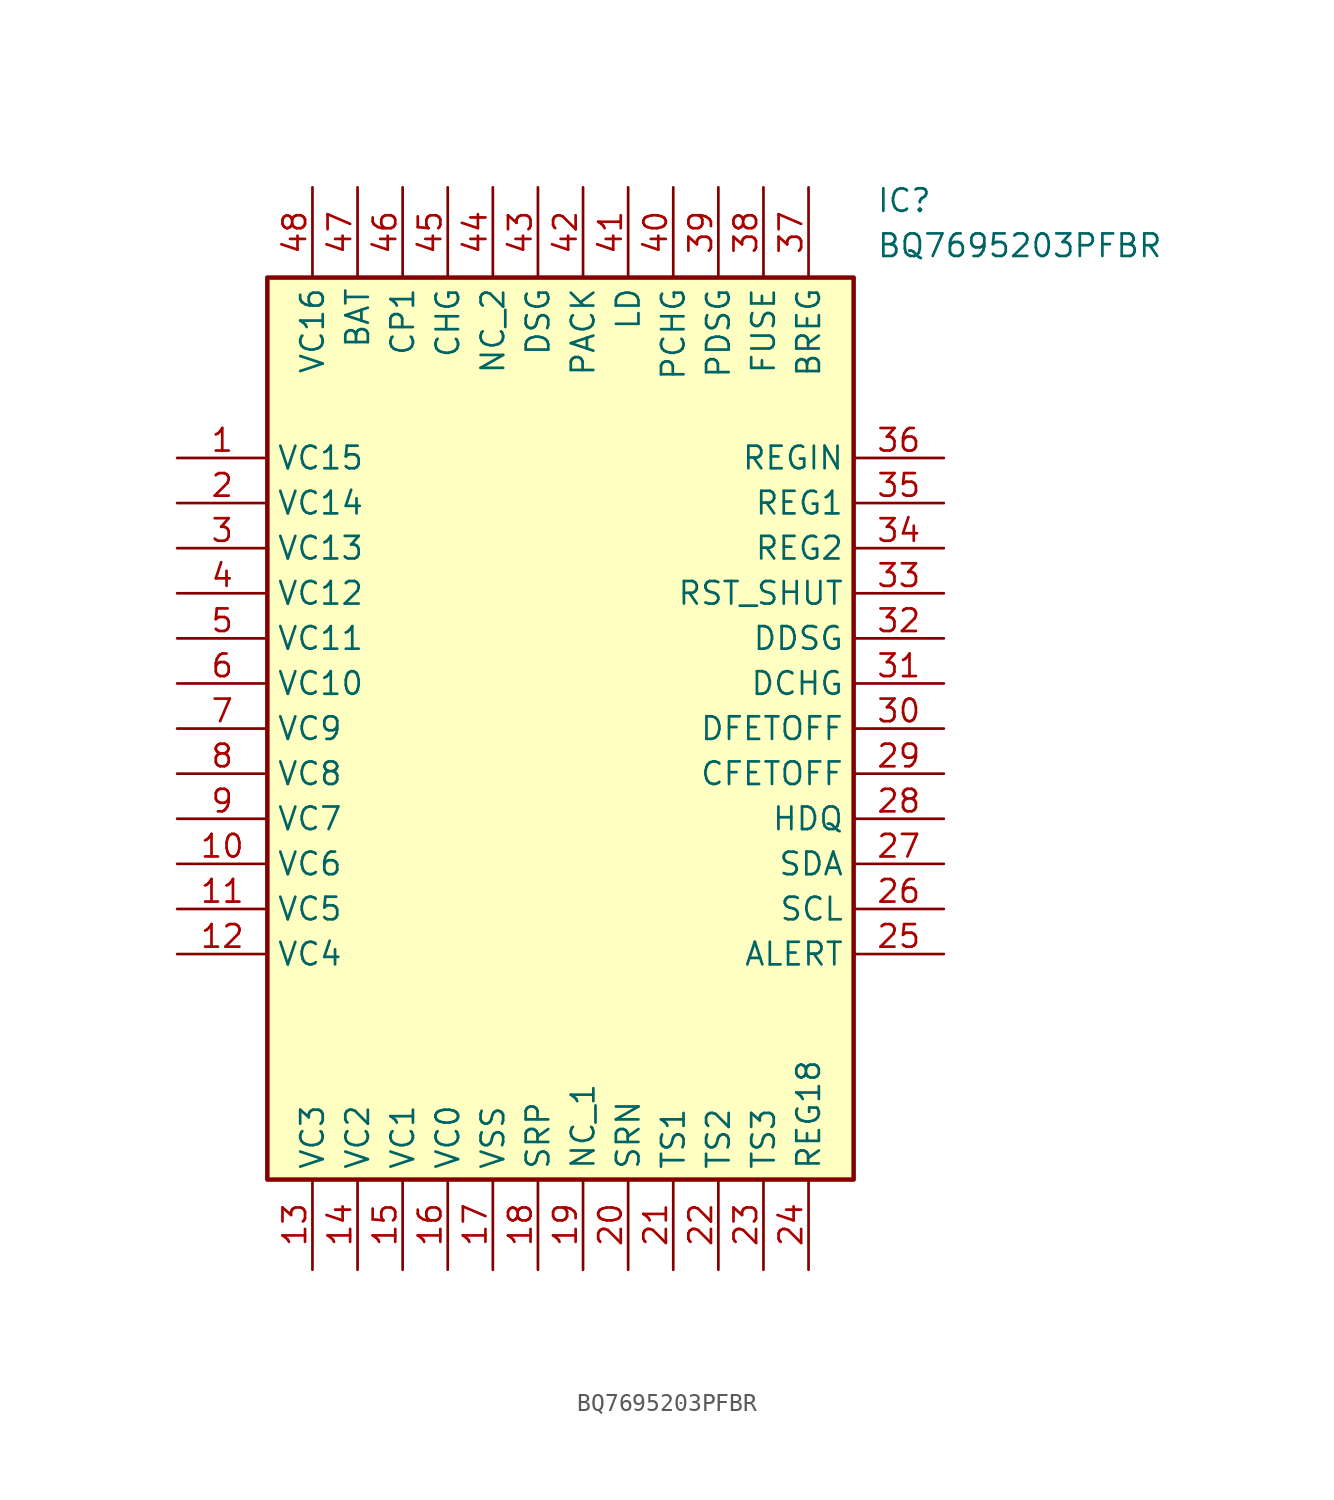
<source format=kicad_sym>
(kicad_symbol_lib
  (version 20211014)
  (generator SamacSys_ECAD_Model)
  (symbol "BQ7695203PFBR"
    (property "Reference" "IC"
      (at 39.37 15.24 0)
      (effects (font (size 1.27 1.27)) (justify left top)))
    (property "Value" "BQ7695203PFBR"
      (at 39.37 12.7 0)
      (effects (font (size 1.27 1.27)) (justify left top)))
    (rectangle
      (start 5.08 10.16)
      (end 38.1 -40.64)
      (stroke (width 0.254) (type default))
      (fill (type background)))
    (pin passive line
      (at 0 0 0)
      (length 5.08)
      (name "VC15" (effects (font (size 1.27 1.27))))
      (number "1" (effects (font (size 1.27 1.27)))))
    (pin passive line
      (at 0 -2.54 0)
      (length 5.08)
      (name "VC14" (effects (font (size 1.27 1.27))))
      (number "2" (effects (font (size 1.27 1.27)))))
    (pin passive line
      (at 0 -5.08 0)
      (length 5.08)
      (name "VC13" (effects (font (size 1.27 1.27))))
      (number "3" (effects (font (size 1.27 1.27)))))
    (pin passive line
      (at 0 -7.62 0)
      (length 5.08)
      (name "VC12" (effects (font (size 1.27 1.27))))
      (number "4" (effects (font (size 1.27 1.27)))))
    (pin passive line
      (at 0 -10.16 0)
      (length 5.08)
      (name "VC11" (effects (font (size 1.27 1.27))))
      (number "5" (effects (font (size 1.27 1.27)))))
    (pin passive line
      (at 0 -12.7 0)
      (length 5.08)
      (name "VC10" (effects (font (size 1.27 1.27))))
      (number "6" (effects (font (size 1.27 1.27)))))
    (pin passive line
      (at 0 -15.24 0)
      (length 5.08)
      (name "VC9" (effects (font (size 1.27 1.27))))
      (number "7" (effects (font (size 1.27 1.27)))))
    (pin passive line
      (at 0 -17.78 0)
      (length 5.08)
      (name "VC8" (effects (font (size 1.27 1.27))))
      (number "8" (effects (font (size 1.27 1.27)))))
    (pin passive line
      (at 0 -20.32 0)
      (length 5.08)
      (name "VC7" (effects (font (size 1.27 1.27))))
      (number "9" (effects (font (size 1.27 1.27)))))
    (pin passive line
      (at 0 -22.86 0)
      (length 5.08)
      (name "VC6" (effects (font (size 1.27 1.27))))
      (number "10" (effects (font (size 1.27 1.27)))))
    (pin passive line
      (at 0 -25.4 0)
      (length 5.08)
      (name "VC5" (effects (font (size 1.27 1.27))))
      (number "11" (effects (font (size 1.27 1.27)))))
    (pin passive line
      (at 0 -27.94 0)
      (length 5.08)
      (name "VC4" (effects (font (size 1.27 1.27))))
      (number "12" (effects (font (size 1.27 1.27)))))
    (pin passive line
      (at 7.62 -45.72 90)
      (length 5.08)
      (name "VC3" (effects (font (size 1.27 1.27))))
      (number "13" (effects (font (size 1.27 1.27)))))
    (pin passive line
      (at 10.16 -45.72 90)
      (length 5.08)
      (name "VC2" (effects (font (size 1.27 1.27))))
      (number "14" (effects (font (size 1.27 1.27)))))
    (pin passive line
      (at 12.7 -45.72 90)
      (length 5.08)
      (name "VC1" (effects (font (size 1.27 1.27))))
      (number "15" (effects (font (size 1.27 1.27)))))
    (pin passive line
      (at 15.24 -45.72 90)
      (length 5.08)
      (name "VC0" (effects (font (size 1.27 1.27))))
      (number "16" (effects (font (size 1.27 1.27)))))
    (pin passive line
      (at 17.78 -45.72 90)
      (length 5.08)
      (name "VSS" (effects (font (size 1.27 1.27))))
      (number "17" (effects (font (size 1.27 1.27)))))
    (pin passive line
      (at 20.32 -45.72 90)
      (length 5.08)
      (name "SRP" (effects (font (size 1.27 1.27))))
      (number "18" (effects (font (size 1.27 1.27)))))
    (pin passive line
      (at 22.86 -45.72 90)
      (length 5.08)
      (name "NC_1" (effects (font (size 1.27 1.27))))
      (number "19" (effects (font (size 1.27 1.27)))))
    (pin passive line
      (at 25.4 -45.72 90)
      (length 5.08)
      (name "SRN" (effects (font (size 1.27 1.27))))
      (number "20" (effects (font (size 1.27 1.27)))))
    (pin passive line
      (at 27.94 -45.72 90)
      (length 5.08)
      (name "TS1" (effects (font (size 1.27 1.27))))
      (number "21" (effects (font (size 1.27 1.27)))))
    (pin passive line
      (at 30.48 -45.72 90)
      (length 5.08)
      (name "TS2" (effects (font (size 1.27 1.27))))
      (number "22" (effects (font (size 1.27 1.27)))))
    (pin passive line
      (at 33.02 -45.72 90)
      (length 5.08)
      (name "TS3" (effects (font (size 1.27 1.27))))
      (number "23" (effects (font (size 1.27 1.27)))))
    (pin passive line
      (at 35.56 -45.72 90)
      (length 5.08)
      (name "REG18" (effects (font (size 1.27 1.27))))
      (number "24" (effects (font (size 1.27 1.27)))))
    (pin passive line
      (at 43.18 0 180)
      (length 5.08)
      (name "REGIN" (effects (font (size 1.27 1.27))))
      (number "36" (effects (font (size 1.27 1.27)))))
    (pin passive line
      (at 43.18 -2.54 180)
      (length 5.08)
      (name "REG1" (effects (font (size 1.27 1.27))))
      (number "35" (effects (font (size 1.27 1.27)))))
    (pin passive line
      (at 43.18 -5.08 180)
      (length 5.08)
      (name "REG2" (effects (font (size 1.27 1.27))))
      (number "34" (effects (font (size 1.27 1.27)))))
    (pin passive line
      (at 43.18 -7.62 180)
      (length 5.08)
      (name "RST_SHUT" (effects (font (size 1.27 1.27))))
      (number "33" (effects (font (size 1.27 1.27)))))
    (pin passive line
      (at 43.18 -10.16 180)
      (length 5.08)
      (name "DDSG" (effects (font (size 1.27 1.27))))
      (number "32" (effects (font (size 1.27 1.27)))))
    (pin passive line
      (at 43.18 -12.7 180)
      (length 5.08)
      (name "DCHG" (effects (font (size 1.27 1.27))))
      (number "31" (effects (font (size 1.27 1.27)))))
    (pin passive line
      (at 43.18 -15.24 180)
      (length 5.08)
      (name "DFETOFF" (effects (font (size 1.27 1.27))))
      (number "30" (effects (font (size 1.27 1.27)))))
    (pin passive line
      (at 43.18 -17.78 180)
      (length 5.08)
      (name "CFETOFF" (effects (font (size 1.27 1.27))))
      (number "29" (effects (font (size 1.27 1.27)))))
    (pin passive line
      (at 43.18 -20.32 180)
      (length 5.08)
      (name "HDQ" (effects (font (size 1.27 1.27))))
      (number "28" (effects (font (size 1.27 1.27)))))
    (pin passive line
      (at 43.18 -22.86 180)
      (length 5.08)
      (name "SDA" (effects (font (size 1.27 1.27))))
      (number "27" (effects (font (size 1.27 1.27)))))
    (pin passive line
      (at 43.18 -25.4 180)
      (length 5.08)
      (name "SCL" (effects (font (size 1.27 1.27))))
      (number "26" (effects (font (size 1.27 1.27)))))
    (pin passive line
      (at 43.18 -27.94 180)
      (length 5.08)
      (name "ALERT" (effects (font (size 1.27 1.27))))
      (number "25" (effects (font (size 1.27 1.27)))))
    (pin passive line
      (at 7.62 15.24 270)
      (length 5.08)
      (name "VC16" (effects (font (size 1.27 1.27))))
      (number "48" (effects (font (size 1.27 1.27)))))
    (pin passive line
      (at 10.16 15.24 270)
      (length 5.08)
      (name "BAT" (effects (font (size 1.27 1.27))))
      (number "47" (effects (font (size 1.27 1.27)))))
    (pin passive line
      (at 12.7 15.24 270)
      (length 5.08)
      (name "CP1" (effects (font (size 1.27 1.27))))
      (number "46" (effects (font (size 1.27 1.27)))))
    (pin passive line
      (at 15.24 15.24 270)
      (length 5.08)
      (name "CHG" (effects (font (size 1.27 1.27))))
      (number "45" (effects (font (size 1.27 1.27)))))
    (pin passive line
      (at 17.78 15.24 270)
      (length 5.08)
      (name "NC_2" (effects (font (size 1.27 1.27))))
      (number "44" (effects (font (size 1.27 1.27)))))
    (pin passive line
      (at 20.32 15.24 270)
      (length 5.08)
      (name "DSG" (effects (font (size 1.27 1.27))))
      (number "43" (effects (font (size 1.27 1.27)))))
    (pin passive line
      (at 22.86 15.24 270)
      (length 5.08)
      (name "PACK" (effects (font (size 1.27 1.27))))
      (number "42" (effects (font (size 1.27 1.27)))))
    (pin passive line
      (at 25.4 15.24 270)
      (length 5.08)
      (name "LD" (effects (font (size 1.27 1.27))))
      (number "41" (effects (font (size 1.27 1.27)))))
    (pin passive line
      (at 27.94 15.24 270)
      (length 5.08)
      (name "PCHG" (effects (font (size 1.27 1.27))))
      (number "40" (effects (font (size 1.27 1.27)))))
    (pin passive line
      (at 30.48 15.24 270)
      (length 5.08)
      (name "PDSG" (effects (font (size 1.27 1.27))))
      (number "39" (effects (font (size 1.27 1.27)))))
    (pin passive line
      (at 33.02 15.24 270)
      (length 5.08)
      (name "FUSE" (effects (font (size 1.27 1.27))))
      (number "38" (effects (font (size 1.27 1.27)))))
    (pin passive line
      (at 35.56 15.24 270)
      (length 5.08)
      (name "BREG" (effects (font (size 1.27 1.27))))
      (number "37" (effects (font (size 1.27 1.27)))))))
</source>
